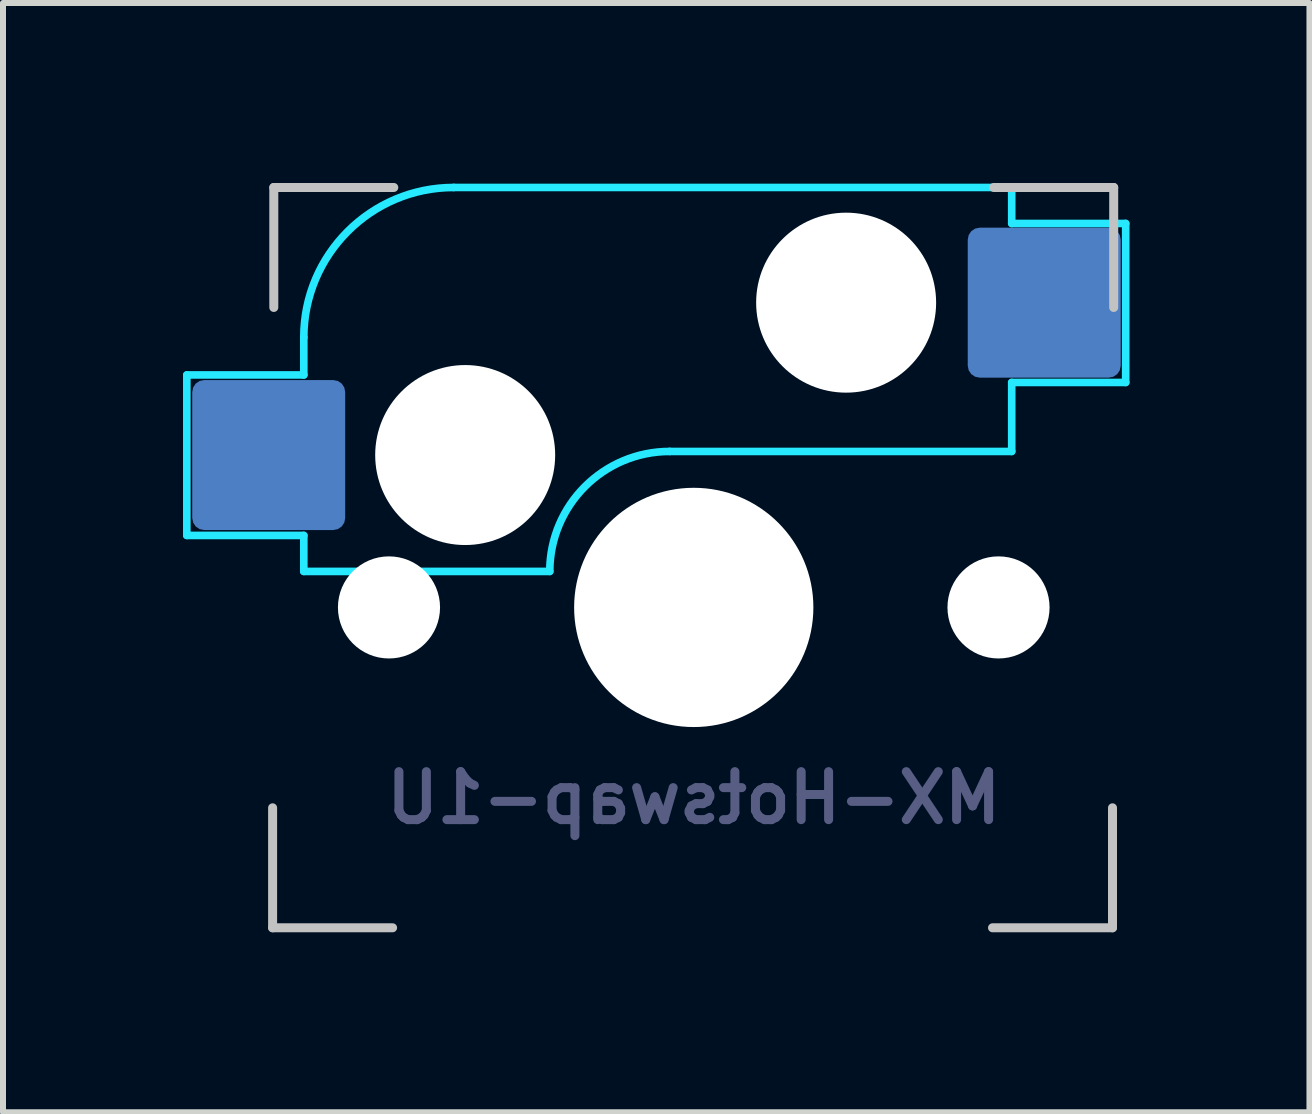
<source format=kicad_pcb>
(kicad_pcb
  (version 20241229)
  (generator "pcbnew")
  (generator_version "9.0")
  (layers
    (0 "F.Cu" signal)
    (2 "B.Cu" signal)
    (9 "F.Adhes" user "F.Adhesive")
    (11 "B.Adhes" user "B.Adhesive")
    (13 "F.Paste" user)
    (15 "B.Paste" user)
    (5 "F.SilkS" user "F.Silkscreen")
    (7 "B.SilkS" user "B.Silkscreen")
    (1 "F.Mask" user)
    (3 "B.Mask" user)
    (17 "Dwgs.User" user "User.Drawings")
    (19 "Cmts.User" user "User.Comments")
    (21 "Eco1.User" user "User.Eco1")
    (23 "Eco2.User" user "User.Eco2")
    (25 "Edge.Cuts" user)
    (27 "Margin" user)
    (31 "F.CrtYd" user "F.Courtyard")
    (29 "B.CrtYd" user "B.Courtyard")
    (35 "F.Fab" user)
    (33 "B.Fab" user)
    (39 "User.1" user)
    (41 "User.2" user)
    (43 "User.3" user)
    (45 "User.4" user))
  (footprint "MX-Hotswap-1U"
    (layer "F.Cu")
    (at 8.514 7.075)
    (property "Reference" "MX-Hotswap-1U" (at 0 3.175 0) (layer "B.Fab") (effects (font (size 0.8 0.8) (thickness 0.15)) (justify mirror)))
    (attr smd)
    (fp_line (start -7.02 3.34) (end -7.02 5.34) (stroke (width 0.15) (type solid)) (layer "Dwgs.User"))
    (fp_line (start -7.02 5.34) (end -5.02 5.34) (stroke (width 0.15) (type solid)) (layer "Dwgs.User"))
    (fp_line (start -7 -7) (end -7 -5) (stroke (width 0.15) (type solid)) (layer "Dwgs.User"))
    (fp_line (start -5 -7) (end -7 -7) (stroke (width 0.15) (type solid)) (layer "Dwgs.User"))
    (fp_line (start 4.98 5.34) (end 6.98 5.34) (stroke (width 0.15) (type solid)) (layer "Dwgs.User"))
    (fp_line (start 5 -7) (end 7 -7) (stroke (width 0.15) (type solid)) (layer "Dwgs.User"))
    (fp_line (start 6.98 5.34) (end 6.98 3.34) (stroke (width 0.15) (type solid)) (layer "Dwgs.User"))
    (fp_line (start 7 -7) (end 7 -5) (stroke (width 0.15) (type solid)) (layer "Dwgs.User"))
    (fp_circle (center 0.01 -0.88) (end 6.06 -0.88) (stroke (width 0.01) (type default)) (fill no) (layer "Eco2.User"))
    (fp_line (start -8.45 -3.875) (end -8.45 -1.2) (stroke (width 0.127) (type solid)) (layer "B.CrtYd"))
    (fp_line (start -8.45 -1.2) (end -6.5 -1.2) (stroke (width 0.127) (type solid)) (layer "B.CrtYd"))
    (fp_line (start -6.5 -4.5) (end -6.5 -3.875) (stroke (width 0.127) (type solid)) (layer "B.CrtYd"))
    (fp_line (start -6.5 -3.875) (end -8.45 -3.875) (stroke (width 0.127) (type solid)) (layer "B.CrtYd"))
    (fp_line (start -6.5 -0.6) (end -6.5 -1.2) (stroke (width 0.127) (type solid)) (layer "B.CrtYd"))
    (fp_line (start -6.5 -0.6) (end -2.4 -0.6) (stroke (width 0.127) (type solid)) (layer "B.CrtYd"))
    (fp_line (start -0.4 -2.6) (end 5.3 -2.6) (stroke (width 0.127) (type solid)) (layer "B.CrtYd"))
    (fp_line (start 5.3 -7) (end -4 -7) (stroke (width 0.127) (type solid)) (layer "B.CrtYd"))
    (fp_line (start 5.3 -7) (end 5.3 -6.4) (stroke (width 0.127) (type solid)) (layer "B.CrtYd"))
    (fp_line (start 5.3 -6.4) (end 7.2 -6.4) (stroke (width 0.127) (type solid)) (layer "B.CrtYd"))
    (fp_line (start 5.3 -2.6) (end 5.3 -3.75) (stroke (width 0.127) (type solid)) (layer "B.CrtYd"))
    (fp_line (start 7.2 -6.4) (end 7.2 -3.75) (stroke (width 0.127) (type solid)) (layer "B.CrtYd"))
    (fp_line (start 7.2 -3.75) (end 5.3 -3.75) (stroke (width 0.127) (type solid)) (layer "B.CrtYd"))
    (fp_arc (start -6.5 -4.5) (mid -5.767767 -6.267767) (end -4 -7) (stroke (width 0.127) (type solid)) (layer "B.CrtYd"))
    (fp_arc (start -2.4 -0.6) (mid -1.814214 -2.014214) (end -0.4 -2.6) (stroke (width 0.127) (type solid)) (layer "B.CrtYd"))
    (pad "" np_thru_hole circle (at -5.08 0 48.099) (size 1.702 1.702) (drill 1.702) (layers "*.Cu" "*.Mask"))
    (pad "" np_thru_hole circle (at -3.81 -2.54) (size 3 3) (drill 3) (layers "*.Cu" "*.Mask"))
    (pad "" np_thru_hole circle (at 0 0) (size 3.988 3.988) (drill 3.988) (layers "*.Cu" "*.Mask"))
    (pad "" np_thru_hole circle (at 2.54 -5.08) (size 3 3) (drill 3) (layers "*.Cu" "*.Mask"))
    (pad "" np_thru_hole circle (at 5.08 0 48.099) (size 1.702 1.702) (drill 1.702) (layers "*.Cu" "*.Mask"))
    (pad "1" smd roundrect (at -7.085 -2.54) (size 2.55 2.5) (layers "B.Cu" "B.Mask" "B.Paste") (roundrect_rratio 0.08))
    (pad "2" smd roundrect (at 5.842 -5.08) (size 2.55 2.5) (layers "B.Cu" "B.Mask" "B.Paste") (roundrect_rratio 0.08)))
  (gr_rect
    (start -3 -3)
    (end 18.777 15.49)
    (stroke (width 0.1) (type default))
    (fill no)
    (layer "Edge.Cuts")))
</source>
